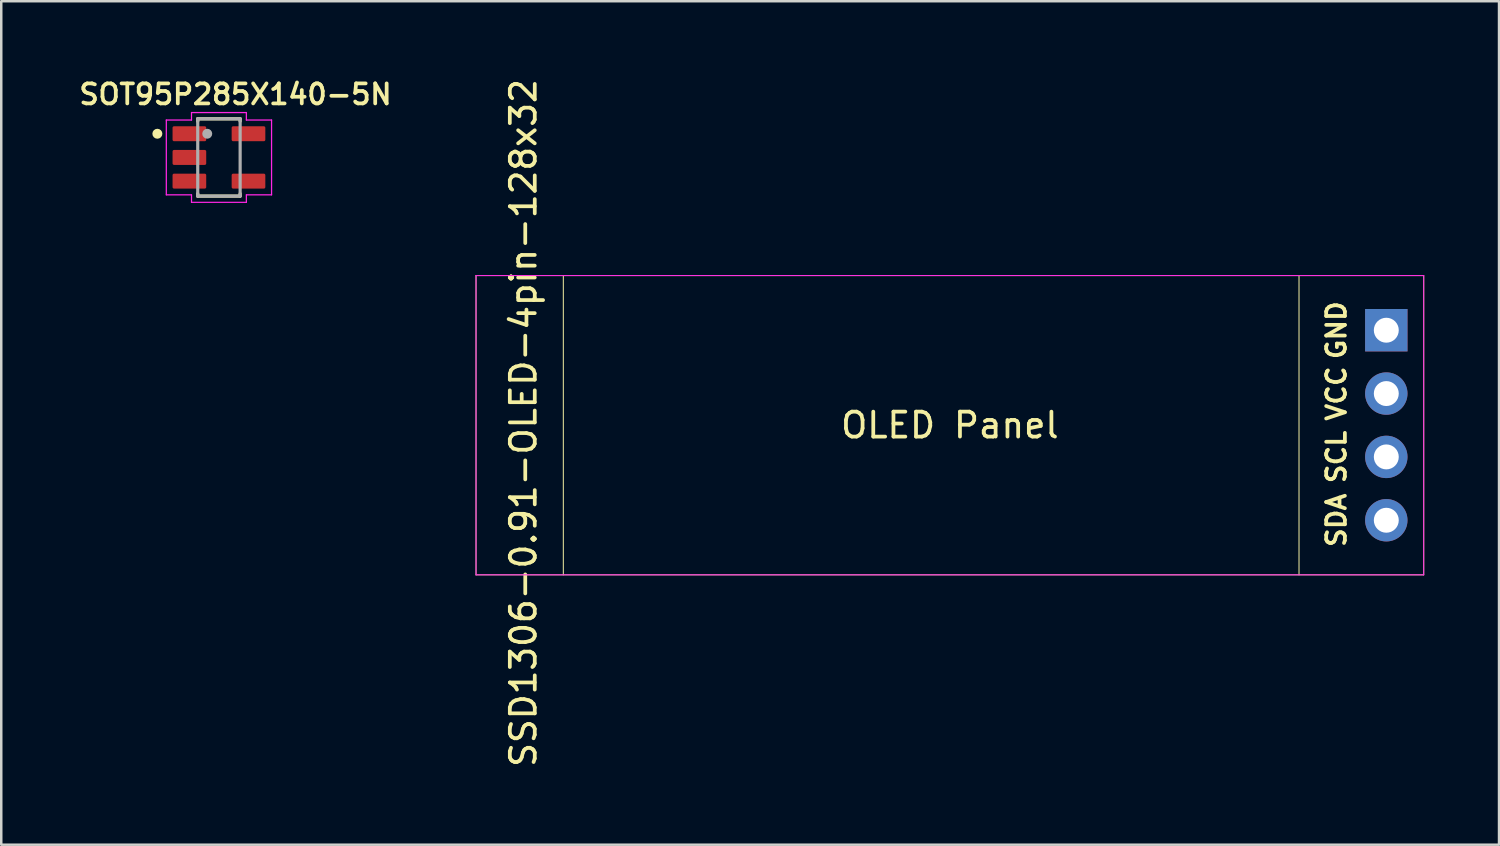
<source format=kicad_pcb>
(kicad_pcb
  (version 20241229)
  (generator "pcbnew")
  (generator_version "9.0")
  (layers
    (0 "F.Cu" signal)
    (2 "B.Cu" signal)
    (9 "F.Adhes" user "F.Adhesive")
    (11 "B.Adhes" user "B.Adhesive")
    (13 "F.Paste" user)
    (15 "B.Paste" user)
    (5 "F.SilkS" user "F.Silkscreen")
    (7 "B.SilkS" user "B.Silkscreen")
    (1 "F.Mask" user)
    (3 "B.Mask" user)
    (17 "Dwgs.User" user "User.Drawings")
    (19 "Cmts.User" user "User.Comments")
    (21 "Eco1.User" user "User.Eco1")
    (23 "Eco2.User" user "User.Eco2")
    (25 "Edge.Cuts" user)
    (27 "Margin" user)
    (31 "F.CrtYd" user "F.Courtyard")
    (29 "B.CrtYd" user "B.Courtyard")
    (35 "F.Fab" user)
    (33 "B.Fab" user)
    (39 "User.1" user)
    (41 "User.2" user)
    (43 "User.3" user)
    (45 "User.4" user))
  (footprint "SOT95P285X140-5N"
    (layer "F.Cu")
    (at 5.729 3.263)
    (property "Reference" "SOT95P285X140-5N" (at 0.664 -2.53 0) (layer "F.SilkS") (effects (font (size 0.803 0.803) (thickness 0.15))))
    (attr smd)
    (fp_line (start -0.85 -1.55) (end -0.85 -1.45) (stroke (width 0.127) (type solid)) (layer "F.SilkS"))
    (fp_line (start -0.85 1.55) (end -0.85 1.45) (stroke (width 0.127) (type solid)) (layer "F.SilkS"))
    (fp_line (start 0.85 -1.55) (end -0.85 -1.55) (stroke (width 0.127) (type solid)) (layer "F.SilkS"))
    (fp_line (start 0.85 -1.55) (end 0.85 -1.45) (stroke (width 0.127) (type solid)) (layer "F.SilkS"))
    (fp_line (start 0.85 1.55) (end -0.85 1.55) (stroke (width 0.127) (type solid)) (layer "F.SilkS"))
    (fp_line (start 0.85 1.55) (end 0.85 1.45) (stroke (width 0.127) (type solid)) (layer "F.SilkS"))
    (fp_circle (center -2.469 -0.95) (end -2.369 -0.95) (stroke (width 0.2) (type solid)) (fill no) (layer "F.SilkS"))
    (fp_line (start -2.11 -1.5) (end -2.11 1.5) (stroke (width 0.05) (type solid)) (layer "F.CrtYd"))
    (fp_line (start -2.11 1.5) (end -1.1 1.5) (stroke (width 0.05) (type solid)) (layer "F.CrtYd"))
    (fp_line (start -1.1 -1.8) (end -1.1 -1.5) (stroke (width 0.05) (type solid)) (layer "F.CrtYd"))
    (fp_line (start -1.1 -1.5) (end -2.11 -1.5) (stroke (width 0.05) (type solid)) (layer "F.CrtYd"))
    (fp_line (start -1.1 1.5) (end -1.1 1.8) (stroke (width 0.05) (type solid)) (layer "F.CrtYd"))
    (fp_line (start -1.1 1.8) (end 1.1 1.8) (stroke (width 0.05) (type solid)) (layer "F.CrtYd"))
    (fp_line (start 1.1 -1.8) (end -1.1 -1.8) (stroke (width 0.05) (type solid)) (layer "F.CrtYd"))
    (fp_line (start 1.1 -1.5) (end 1.1 -1.8) (stroke (width 0.05) (type solid)) (layer "F.CrtYd"))
    (fp_line (start 1.1 1.5) (end 2.11 1.5) (stroke (width 0.05) (type solid)) (layer "F.CrtYd"))
    (fp_line (start 1.1 1.8) (end 1.1 1.5) (stroke (width 0.05) (type solid)) (layer "F.CrtYd"))
    (fp_line (start 2.11 -1.5) (end 1.1 -1.5) (stroke (width 0.05) (type solid)) (layer "F.CrtYd"))
    (fp_line (start 2.11 1.5) (end 2.11 -1.5) (stroke (width 0.05) (type solid)) (layer "F.CrtYd"))
    (fp_line (start -0.85 -1.55) (end 0.85 -1.55) (stroke (width 0.127) (type solid)) (layer "F.Fab"))
    (fp_line (start -0.85 1.55) (end -0.85 -1.55) (stroke (width 0.127) (type solid)) (layer "F.Fab"))
    (fp_line (start 0.85 -1.55) (end 0.85 1.55) (stroke (width 0.127) (type solid)) (layer "F.Fab"))
    (fp_line (start 0.85 1.55) (end -0.85 1.55) (stroke (width 0.127) (type solid)) (layer "F.Fab"))
    (fp_circle (center -0.469 -0.95) (end -0.369 -0.95) (stroke (width 0.2) (type solid)) (fill no) (layer "F.Fab"))
    (pad "1" smd roundrect (at -1.185 -0.95 270) (size 0.6 1.35) (layers "F.Cu" "F.Mask" "F.Paste") (roundrect_rratio 0.1))
    (pad "2" smd roundrect (at -1.185 0 270) (size 0.6 1.35) (layers "F.Cu" "F.Mask" "F.Paste") (roundrect_rratio 0.1))
    (pad "3" smd roundrect (at -1.185 0.95 270) (size 0.6 1.35) (layers "F.Cu" "F.Mask" "F.Paste") (roundrect_rratio 0.1))
    (pad "4" smd roundrect (at 1.185 0.95 270) (size 0.6 1.35) (layers "F.Cu" "F.Mask" "F.Paste") (roundrect_rratio 0.1))
    (pad "5" smd roundrect (at 1.185 -0.95 270) (size 0.6 1.35) (layers "F.Cu" "F.Mask" "F.Paste") (roundrect_rratio 0.1)))
  (footprint "SSD1306-0.91-OLED-4pin-128x32"
    (layer "F.Cu")
    (at 16.038 8.001)
    (property "Reference" "SSD1306-0.91-OLED-4pin-128x32" (at 1.9 5.91 90) (layer "F.SilkS") (effects (font (size 1 1) (thickness 0.15))))
    (attr through_hole)
    (fp_line (start 0 0) (end 0 12) (stroke (width 0.04) (type solid)) (layer "F.SilkS"))
    (fp_line (start 0 12) (end 38 12) (stroke (width 0.04) (type solid)) (layer "F.SilkS"))
    (fp_line (start 3.5 0) (end 3.5 12) (stroke (width 0.04) (type solid)) (layer "F.SilkS"))
    (fp_line (start 33 0) (end 33 12) (stroke (width 0.04) (type solid)) (layer "F.SilkS"))
    (fp_line (start 38 0) (end 0 0) (stroke (width 0.04) (type solid)) (layer "F.SilkS"))
    (fp_line (start 38 12) (end 38 0) (stroke (width 0.04) (type solid)) (layer "F.SilkS"))
    (fp_line (start 0 0) (end 0 12) (stroke (width 0.04) (type solid)) (layer "F.CrtYd"))
    (fp_line (start 0 12) (end 38 12) (stroke (width 0.04) (type solid)) (layer "F.CrtYd"))
    (fp_line (start 38 0) (end 0 0) (stroke (width 0.04) (type solid)) (layer "F.CrtYd"))
    (fp_line (start 38 12) (end 38 0) (stroke (width 0.04) (type solid)) (layer "F.CrtYd"))
    (fp_text user "VCC" (at 34.5 4.73 270) (layer "F.SilkS") (effects (font (size 0.75 0.75) (thickness 0.15))))
    (fp_text user "GND" (at 34.5 2.19 270) (layer "F.SilkS") (effects (font (size 0.75 0.75) (thickness 0.15))))
    (fp_text user "SCL" (at 34.5 7.27 270) (layer "F.SilkS") (effects (font (size 0.75 0.75) (thickness 0.15))))
    (fp_text user "SDA" (at 34.5 9.81 270) (layer "F.SilkS") (effects (font (size 0.75 0.75) (thickness 0.15))))
    (fp_text user "OLED Panel" (at 19 6 0) (layer "F.SilkS") (effects (font (size 1 1) (thickness 0.15))))
    (pad "1" thru_hole rect (at 36.5 2.19) (size 1.7 1.7) (drill 1) (layers "*.Cu" "*.Mask"))
    (pad "2" thru_hole oval (at 36.5 4.73) (size 1.7 1.7) (drill 1) (layers "*.Cu" "*.Mask"))
    (pad "3" thru_hole oval (at 36.5 7.27) (size 1.7 1.7) (drill 1) (layers "*.Cu" "*.Mask"))
    (pad "4" thru_hole oval (at 36.5 9.81) (size 1.7 1.7) (drill 1) (layers "*.Cu" "*.Mask")))
  (gr_rect
    (start -3 -3)
    (end 57.058 30.821)
    (stroke (width 0.1) (type default))
    (fill no)
    (layer "Edge.Cuts")))
</source>
